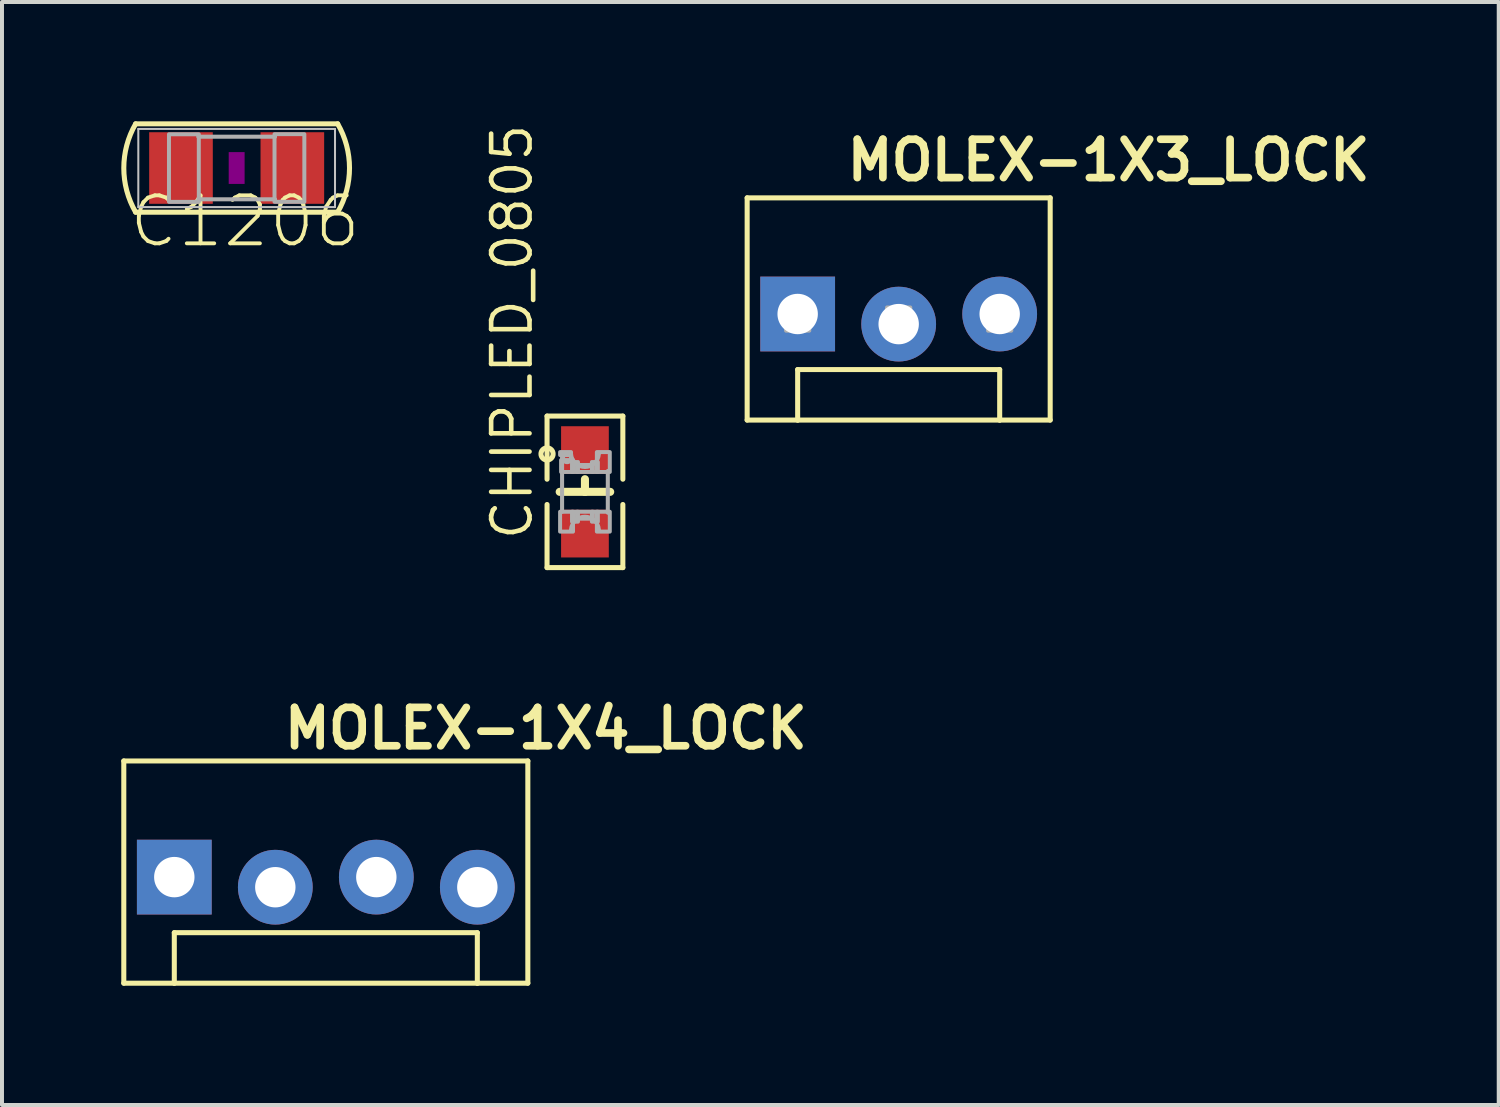
<source format=kicad_pcb>
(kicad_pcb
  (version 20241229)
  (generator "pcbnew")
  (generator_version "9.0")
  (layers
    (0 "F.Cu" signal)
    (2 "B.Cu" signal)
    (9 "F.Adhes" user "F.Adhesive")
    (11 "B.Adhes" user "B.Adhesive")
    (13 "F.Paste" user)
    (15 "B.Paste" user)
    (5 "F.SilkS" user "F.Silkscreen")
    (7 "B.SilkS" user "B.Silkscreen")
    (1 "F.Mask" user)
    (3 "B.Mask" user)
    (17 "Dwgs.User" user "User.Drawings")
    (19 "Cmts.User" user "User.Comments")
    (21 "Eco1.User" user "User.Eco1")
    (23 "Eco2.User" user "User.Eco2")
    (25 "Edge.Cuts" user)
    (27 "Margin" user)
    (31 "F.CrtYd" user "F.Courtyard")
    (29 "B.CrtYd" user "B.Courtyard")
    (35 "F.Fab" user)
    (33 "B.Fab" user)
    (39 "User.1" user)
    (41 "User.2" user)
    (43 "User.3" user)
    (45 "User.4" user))
  (footprint "CHIPLED_0805"
    (layer "F.Cu")
    (at 11.659 9.318)
    (property "Reference" "CHIPLED_0805" (at -1.27 1.27 90) (layer "F.SilkS") (effects (font (size 0.965 0.965) (thickness 0.116)) (justify left bottom)))
    (attr through_hole)
    (fp_line (start -0.953 -1.905) (end 0.953 -1.905) (stroke (width 0.127) (type solid)) (layer "F.SilkS"))
    (fp_line (start -0.953 -0.318) (end -0.953 -1.905) (stroke (width 0.127) (type solid)) (layer "F.SilkS"))
    (fp_line (start -0.953 0.318) (end -0.953 1.905) (stroke (width 0.127) (type solid)) (layer "F.SilkS"))
    (fp_line (start -0.953 1.905) (end 0.953 1.905) (stroke (width 0.127) (type solid)) (layer "F.SilkS"))
    (fp_line (start -0.635 0) (end 0 0) (stroke (width 0.203) (type solid)) (layer "F.SilkS"))
    (fp_line (start 0 0) (end 0 -0.318) (stroke (width 0.203) (type solid)) (layer "F.SilkS"))
    (fp_line (start 0 0) (end 0.635 0) (stroke (width 0.203) (type solid)) (layer "F.SilkS"))
    (fp_line (start 0.953 -1.905) (end 0.953 -0.318) (stroke (width 0.127) (type solid)) (layer "F.SilkS"))
    (fp_line (start 0.953 1.905) (end 0.953 0.318) (stroke (width 0.127) (type solid)) (layer "F.SilkS"))
    (fp_circle (center -0.953 -0.953) (end -0.8 -0.953) (stroke (width 0.127) (type solid)) (fill no) (layer "F.SilkS"))
    (fp_line (start -0.575 0.5) (end -0.575 -0.925) (stroke (width 0.102) (type solid)) (layer "F.Fab"))
    (fp_line (start 0.575 -0.525) (end 0.575 0.525) (stroke (width 0.102) (type solid)) (layer "F.Fab"))
    (fp_arc (start -0.35 0.95) (mid -0.000001 0.625035) (end 0.35 0.949998) (stroke (width 0.1016) (type solid)) (layer "F.Fab"))
    (fp_arc (start 0.35 -0.949998) (mid -0.000001 -0.625035) (end -0.35 -0.95) (stroke (width 0.1016) (type solid)) (layer "F.Fab"))
    (fp_circle (center -0.45 -0.85) (end -0.347 -0.85) (stroke (width 0.102) (type solid)) (fill no) (layer "F.Fab"))
    (fp_poly (pts (xy -0.625 -0.925) (xy -0.35 -0.925) (xy -0.35 -1) (xy -0.625 -1)) (stroke (width 0.1) (type solid)) (fill no) (layer "F.Fab"))
    (fp_poly (pts (xy -0.625 1) (xy -0.3 1) (xy -0.3 0.5) (xy -0.625 0.5)) (stroke (width 0.1) (type solid)) (fill no) (layer "F.Fab"))
    (fp_poly (pts (xy -0.6 -0.5) (xy -0.3 -0.5) (xy -0.3 -0.8) (xy -0.6 -0.8)) (stroke (width 0.1) (type solid)) (fill no) (layer "F.Fab"))
    (fp_poly (pts (xy -0.325 -0.5) (xy -0.175 -0.5) (xy -0.175 -0.75) (xy -0.325 -0.75)) (stroke (width 0.1) (type solid)) (fill no) (layer "F.Fab"))
    (fp_poly (pts (xy -0.325 0.75) (xy -0.175 0.75) (xy -0.175 0.5) (xy -0.325 0.5)) (stroke (width 0.1) (type solid)) (fill no) (layer "F.Fab"))
    (fp_poly (pts (xy -0.2 -0.5) (xy 0.2 -0.5) (xy 0.2 -0.675) (xy -0.2 -0.675)) (stroke (width 0.1) (type solid)) (fill no) (layer "F.Fab"))
    (fp_poly (pts (xy -0.2 0.675) (xy 0.2 0.675) (xy 0.2 0.5) (xy -0.2 0.5)) (stroke (width 0.1) (type solid)) (fill no) (layer "F.Fab"))
    (fp_poly (pts (xy 0.175 -0.5) (xy 0.325 -0.5) (xy 0.325 -0.75) (xy 0.175 -0.75)) (stroke (width 0.1) (type solid)) (fill no) (layer "F.Fab"))
    (fp_poly (pts (xy 0.175 0.75) (xy 0.325 0.75) (xy 0.325 0.5) (xy 0.175 0.5)) (stroke (width 0.1) (type solid)) (fill no) (layer "F.Fab"))
    (fp_poly (pts (xy 0.3 -0.5) (xy 0.625 -0.5) (xy 0.625 -1) (xy 0.3 -1)) (stroke (width 0.1) (type solid)) (fill no) (layer "F.Fab"))
    (fp_poly (pts (xy 0.3 1) (xy 0.625 1) (xy 0.625 0.5) (xy 0.3 0.5)) (stroke (width 0.1) (type solid)) (fill no) (layer "F.Fab"))
    (pad "A" smd rect (at 0 1.05) (size 1.2 1.2) (layers "F.Cu" "F.Mask" "F.Paste"))
    (pad "C" smd rect (at 0 -1.05) (size 1.2 1.2) (layers "F.Cu" "F.Mask" "F.Paste")))
  (footprint "MOLEX-1X3_LOCK"
    (layer "F.Cu")
    (at 17.008 4.973)
    (property "Reference" "MOLEX-1X3_LOCK" (at 1.143 -3.429 180) (layer "F.SilkS") (effects (font (size 0.965 0.965) (thickness 0.193)) (justify left bottom)))
    (attr through_hole)
    (fp_line (start -1.27 -3.048) (end -1.27 2.54) (stroke (width 0.127) (type solid)) (layer "F.SilkS"))
    (fp_line (start 0 1.27) (end 5.08 1.27) (stroke (width 0.127) (type solid)) (layer "F.SilkS"))
    (fp_line (start 0 2.54) (end -1.27 2.54) (stroke (width 0.127) (type solid)) (layer "F.SilkS"))
    (fp_line (start 0 2.54) (end 0 1.27) (stroke (width 0.127) (type solid)) (layer "F.SilkS"))
    (fp_line (start 5.08 1.27) (end 5.08 2.54) (stroke (width 0.127) (type solid)) (layer "F.SilkS"))
    (fp_line (start 5.08 2.54) (end 0 2.54) (stroke (width 0.127) (type solid)) (layer "F.SilkS"))
    (fp_line (start 6.35 -3.048) (end -1.27 -3.048) (stroke (width 0.127) (type solid)) (layer "F.SilkS"))
    (fp_line (start 6.35 -3.048) (end 6.35 2.54) (stroke (width 0.127) (type solid)) (layer "F.SilkS"))
    (fp_line (start 6.35 2.54) (end 5.08 2.54) (stroke (width 0.127) (type solid)) (layer "F.SilkS"))
    (fp_poly (pts (xy -0.292 0.292) (xy 0.292 0.292) (xy 0.292 -0.292) (xy -0.292 -0.292)) (stroke (width 0.1) (type solid)) (fill no) (layer "F.Fab"))
    (fp_poly (pts (xy 2.248 0.292) (xy 2.832 0.292) (xy 2.832 -0.292) (xy 2.248 -0.292)) (stroke (width 0.1) (type solid)) (fill no) (layer "F.Fab"))
    (fp_poly (pts (xy 4.788 0.292) (xy 5.372 0.292) (xy 5.372 -0.292) (xy 4.788 -0.292)) (stroke (width 0.1) (type solid)) (fill no) (layer "F.Fab"))
    (pad "1" thru_hole rect (at 0 -0.127) (size 1.88 1.88) (drill 1.016) (layers "*.Cu" "*.Mask"))
    (pad "2" thru_hole circle (at 2.54 0.127) (size 1.88 1.88) (drill 1.016) (layers "*.Cu" "*.Mask"))
    (pad "3" thru_hole circle (at 5.08 -0.127) (size 1.88 1.88) (drill 1.016) (layers "*.Cu" "*.Mask")))
  (footprint "MOLEX-1X4_LOCK"
    (layer "F.Cu")
    (at 1.333 19.133)
    (property "Reference" "MOLEX-1X4_LOCK" (at 2.667 -3.302 0) (layer "F.SilkS") (effects (font (size 0.965 0.965) (thickness 0.193)) (justify left bottom)))
    (attr through_hole)
    (fp_line (start -1.27 -3.048) (end -1.27 2.54) (stroke (width 0.127) (type solid)) (layer "F.SilkS"))
    (fp_line (start 0 1.27) (end 7.62 1.27) (stroke (width 0.127) (type solid)) (layer "F.SilkS"))
    (fp_line (start 0 2.54) (end -1.27 2.54) (stroke (width 0.127) (type solid)) (layer "F.SilkS"))
    (fp_line (start 0 2.54) (end 0 1.27) (stroke (width 0.127) (type solid)) (layer "F.SilkS"))
    (fp_line (start 7.62 1.27) (end 7.62 2.54) (stroke (width 0.127) (type solid)) (layer "F.SilkS"))
    (fp_line (start 7.62 2.54) (end 0 2.54) (stroke (width 0.127) (type solid)) (layer "F.SilkS"))
    (fp_line (start 8.89 -3.048) (end -1.27 -3.048) (stroke (width 0.127) (type solid)) (layer "F.SilkS"))
    (fp_line (start 8.89 -3.048) (end 8.89 2.54) (stroke (width 0.127) (type solid)) (layer "F.SilkS"))
    (fp_line (start 8.89 2.54) (end 7.62 2.54) (stroke (width 0.127) (type solid)) (layer "F.SilkS"))
    (pad "1" thru_hole rect (at 0 -0.127) (size 1.88 1.88) (drill 1.016) (layers "*.Cu" "*.Mask"))
    (pad "2" thru_hole circle (at 2.54 0.127) (size 1.88 1.88) (drill 1.016) (layers "*.Cu" "*.Mask"))
    (pad "3" thru_hole circle (at 5.08 -0.127) (size 1.88 1.88) (drill 1.016) (layers "*.Cu" "*.Mask"))
    (pad "4" thru_hole circle (at 7.62 0.127) (size 1.88 1.88) (drill 1.016) (layers "*.Cu" "*.Mask")))
  (footprint "C1206"
    (layer "F.Cu")
    (at 2.901 1.175)
    (property "Reference" "C1206" (at 3.175 0.635 180) (layer "F.SilkS") (effects (font (size 1.206 1.206) (thickness 0.097)) (justify right top)))
    (attr through_hole)
    (fp_line (start -2.54 -1.111) (end 2.54 -1.111) (stroke (width 0.127) (type solid)) (layer "F.SilkS"))
    (fp_line (start 2.54 1.111) (end -2.54 1.111) (stroke (width 0.127) (type solid)) (layer "F.SilkS"))
    (fp_arc (start -2.54 1.11125) (mid -2.837758 0) (end -2.54 -1.11125) (stroke (width 0.127) (type solid)) (layer "F.SilkS"))
    (fp_arc (start 2.54 -1.11125) (mid 2.837758 0) (end 2.54 1.11125) (stroke (width 0.127) (type solid)) (layer "F.SilkS"))
    (fp_poly (pts (xy -0.2 0.4) (xy 0.2 0.4) (xy 0.2 -0.4) (xy -0.2 -0.4)) (stroke (width 0) (type solid)) (fill yes) (layer "F.Adhes"))
    (fp_line (start -2.473 -0.983) (end 2.473 -0.983) (stroke (width 0.051) (type solid)) (layer "Dwgs.User"))
    (fp_line (start -2.473 0.983) (end -2.473 -0.983) (stroke (width 0.051) (type solid)) (layer "Dwgs.User"))
    (fp_line (start 2.473 -0.983) (end 2.473 0.983) (stroke (width 0.051) (type solid)) (layer "Dwgs.User"))
    (fp_line (start 2.473 0.983) (end -2.473 0.983) (stroke (width 0.051) (type solid)) (layer "Dwgs.User"))
    (fp_line (start -0.965 -0.787) (end 0.965 -0.787) (stroke (width 0.102) (type solid)) (layer "F.Fab"))
    (fp_line (start -0.965 0.787) (end 0.965 0.787) (stroke (width 0.102) (type solid)) (layer "F.Fab"))
    (fp_poly (pts (xy -1.702 0.851) (xy -0.952 0.851) (xy -0.952 -0.849) (xy -1.702 -0.849)) (stroke (width 0.1) (type solid)) (fill no) (layer "F.Fab"))
    (fp_poly (pts (xy 0.952 0.849) (xy 1.702 0.849) (xy 1.702 -0.851) (xy 0.952 -0.851)) (stroke (width 0.1) (type solid)) (fill no) (layer "F.Fab"))
    (pad "1" smd rect (at -1.4 0) (size 1.6 1.8) (layers "F.Cu" "F.Mask" "F.Paste"))
    (pad "2" smd rect (at 1.4 0) (size 1.6 1.8) (layers "F.Cu" "F.Mask" "F.Paste")))
  (gr_rect
    (start -3 -3)
    (end 34.637 24.736)
    (stroke (width 0.1) (type default))
    (fill no)
    (layer "Edge.Cuts")))
</source>
